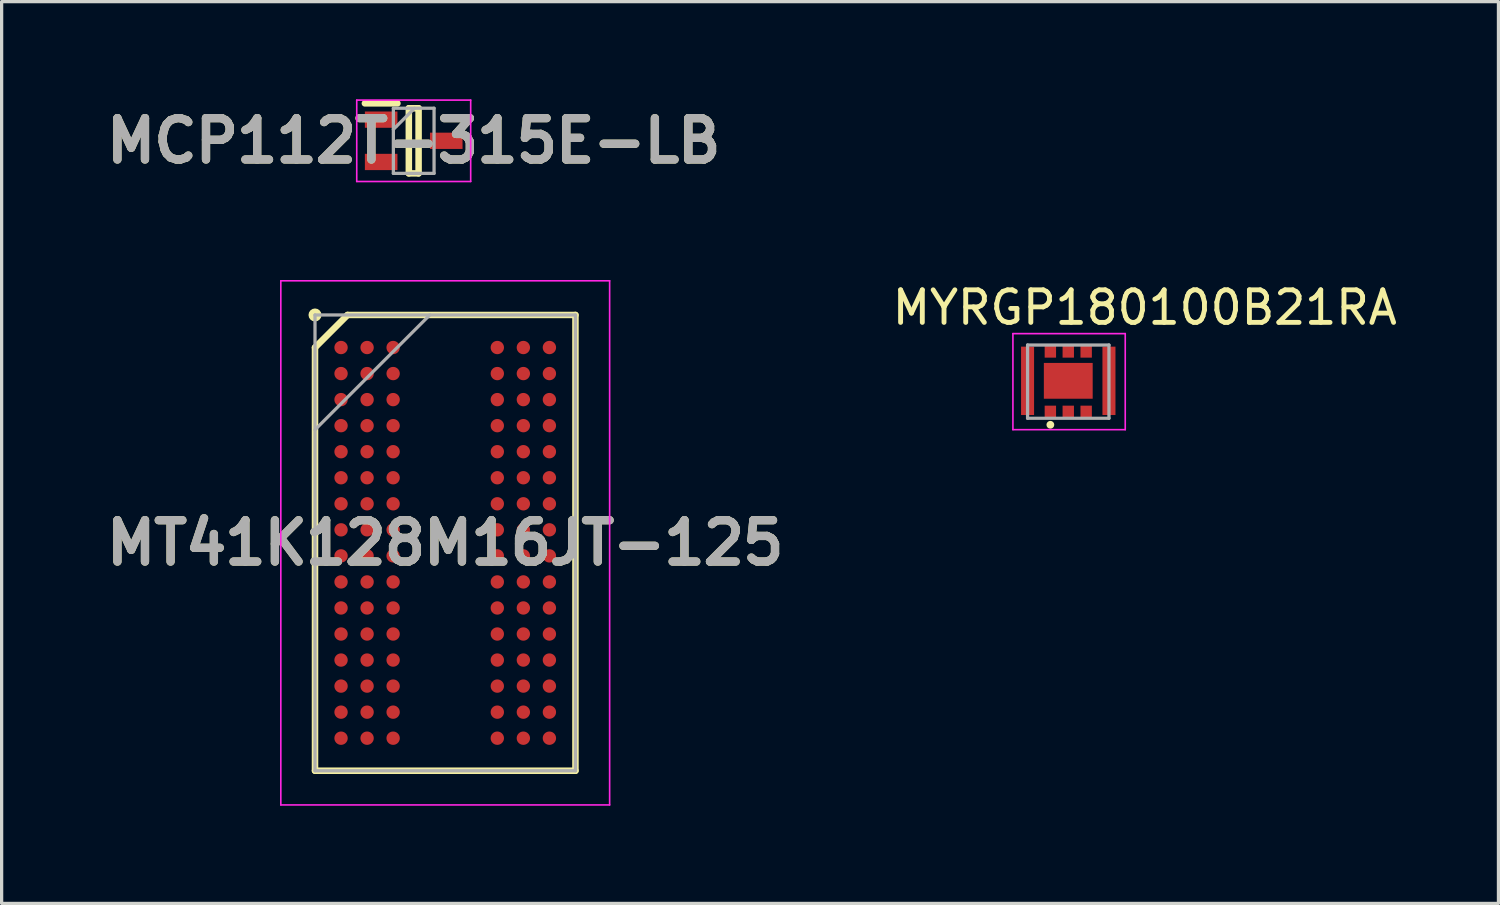
<source format=kicad_pcb>
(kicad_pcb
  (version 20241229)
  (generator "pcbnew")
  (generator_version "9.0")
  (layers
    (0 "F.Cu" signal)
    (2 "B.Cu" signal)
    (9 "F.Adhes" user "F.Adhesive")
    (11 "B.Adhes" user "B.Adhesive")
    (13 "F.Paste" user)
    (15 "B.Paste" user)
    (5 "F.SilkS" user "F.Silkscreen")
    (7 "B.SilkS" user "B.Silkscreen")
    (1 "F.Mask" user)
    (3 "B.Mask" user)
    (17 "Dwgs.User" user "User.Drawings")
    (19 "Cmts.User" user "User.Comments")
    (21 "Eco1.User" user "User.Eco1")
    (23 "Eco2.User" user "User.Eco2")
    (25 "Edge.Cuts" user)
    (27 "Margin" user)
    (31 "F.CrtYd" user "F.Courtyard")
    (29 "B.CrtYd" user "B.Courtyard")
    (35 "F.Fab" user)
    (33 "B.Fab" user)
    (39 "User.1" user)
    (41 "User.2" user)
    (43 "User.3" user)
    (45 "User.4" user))
  (footprint "MCP112T-315E-LB"
    (layer "F.Cu")
    (at 9.658 1.275)
    (property "Reference" "MCP112T-315E-LB" (at 0 0 0) (layer "F.SilkS") (effects (font (size 1.27 1.27) (thickness 0.254))))
    (attr smd)
    (fp_line (start -1.5 -1.15) (end -0.5 -1.15) (stroke (width 0.2) (type solid)) (layer "F.SilkS"))
    (fp_line (start -0.15 -1) (end 0.15 -1) (stroke (width 0.2) (type solid)) (layer "F.SilkS"))
    (fp_line (start -0.15 1) (end -0.15 -1) (stroke (width 0.2) (type solid)) (layer "F.SilkS"))
    (fp_line (start 0.15 -1) (end 0.15 1) (stroke (width 0.2) (type solid)) (layer "F.SilkS"))
    (fp_line (start 0.15 1) (end -0.15 1) (stroke (width 0.2) (type solid)) (layer "F.SilkS"))
    (fp_line (start -1.75 -1.25) (end 1.75 -1.25) (stroke (width 0.05) (type solid)) (layer "F.CrtYd"))
    (fp_line (start -1.75 1.25) (end -1.75 -1.25) (stroke (width 0.05) (type solid)) (layer "F.CrtYd"))
    (fp_line (start 1.75 -1.25) (end 1.75 1.25) (stroke (width 0.05) (type solid)) (layer "F.CrtYd"))
    (fp_line (start 1.75 1.25) (end -1.75 1.25) (stroke (width 0.05) (type solid)) (layer "F.CrtYd"))
    (fp_line (start -0.625 -1) (end 0.625 -1) (stroke (width 0.1) (type solid)) (layer "F.Fab"))
    (fp_line (start -0.625 -0.35) (end 0.025 -1) (stroke (width 0.1) (type solid)) (layer "F.Fab"))
    (fp_line (start -0.625 1) (end -0.625 -1) (stroke (width 0.1) (type solid)) (layer "F.Fab"))
    (fp_line (start 0.625 -1) (end 0.625 1) (stroke (width 0.1) (type solid)) (layer "F.Fab"))
    (fp_line (start 0.625 1) (end -0.625 1) (stroke (width 0.1) (type solid)) (layer "F.Fab"))
    (fp_text user "${REFERENCE}" (at 0 0 0) (layer "F.Fab") (effects (font (size 1.27 1.27) (thickness 0.254))))
    (pad "1" smd rect (at -1 -0.65 90) (size 0.5 1) (layers "F.Cu" "F.Mask" "F.Paste"))
    (pad "2" smd rect (at -1 0.65 90) (size 0.5 1) (layers "F.Cu" "F.Mask" "F.Paste"))
    (pad "3" smd rect (at 1 0 90) (size 0.5 1) (layers "F.Cu" "F.Mask" "F.Paste")))
  (footprint "MYRGP180100B21RA"
    (layer "F.Cu")
    (at 29.714 8.648)
    (property "Reference" "MYRGP180100B21RA" (at 2.4 -2.25 0) (layer "F.SilkS") (effects (font (size 1 1) (thickness 0.15))))
    (attr through_hole)
    (fp_circle (center -0.5 1.35) (end -0.5 1.35) (stroke (width 0.12) (type solid)) (fill no) (layer "F.SilkS"))
    (fp_line (start -1.65 -1.45) (end -1.65 1.5) (stroke (width 0.05) (type solid)) (layer "F.CrtYd"))
    (fp_line (start -1.65 1.5) (end 1.8 1.5) (stroke (width 0.05) (type solid)) (layer "F.CrtYd"))
    (fp_line (start 1.8 -1.45) (end -1.65 -1.45) (stroke (width 0.05) (type solid)) (layer "F.CrtYd"))
    (fp_line (start 1.8 1.5) (end 1.8 -1.45) (stroke (width 0.05) (type solid)) (layer "F.CrtYd"))
    (fp_line (start -1.2 -1.1) (end -1.2 1.15) (stroke (width 0.1) (type solid)) (layer "F.Fab"))
    (fp_line (start -1.2 1.15) (end 1.3 1.15) (stroke (width 0.1) (type solid)) (layer "F.Fab"))
    (fp_line (start 1.3 -1.1) (end -1.2 -1.1) (stroke (width 0.1) (type solid)) (layer "F.Fab"))
    (fp_line (start 1.3 1.15) (end 1.3 -1.1) (stroke (width 0.1) (type solid)) (layer "F.Fab"))
    (pad "1" smd rect (at -0.5 0.95) (size 0.35 0.375) (layers "F.Cu" "F.Mask" "F.Paste"))
    (pad "2" smd rect (at 0.05 0.95) (size 0.35 0.375) (layers "F.Cu" "F.Mask" "F.Paste"))
    (pad "3" smd rect (at 0.6 0.95) (size 0.35 0.375) (layers "F.Cu" "F.Mask" "F.Paste"))
    (pad "4" smd rect (at 0.6 -0.9) (size 0.35 0.375) (layers "F.Cu" "F.Mask" "F.Paste"))
    (pad "5" smd rect (at 0.05 -0.9) (size 0.35 0.375) (layers "F.Cu" "F.Mask" "F.Paste"))
    (pad "6" smd rect (at -0.5 -0.9) (size 0.35 0.375) (layers "F.Cu" "F.Mask" "F.Paste"))
    (pad "7" smd rect (at -1.2 0) (size 0.4 2.1) (layers "F.Cu" "F.Mask" "F.Paste"))
    (pad "8" smd rect (at 1.3 0) (size 0.4 2.1) (layers "F.Cu" "F.Mask" "F.Paste"))
    (pad "9" smd rect (at 0.05 0) (size 1.5 1.1) (layers "F.Cu" "F.Mask" "F.Paste")))
  (footprint "MT41K128M16JT-125"
    (layer "F.Cu")
    (at 10.626 13.625)
    (property "Reference" "MT41K128M16JT-125" (at 0 0 0) (layer "F.SilkS") (effects (font (size 1.27 1.27) (thickness 0.254))))
    (attr smd)
    (fp_line (start -4 -6) (end -3 -7) (stroke (width 0.2) (type solid)) (layer "F.SilkS"))
    (fp_line (start -4 7) (end -4 -6) (stroke (width 0.2) (type solid)) (layer "F.SilkS"))
    (fp_line (start -3 -7) (end 4 -7) (stroke (width 0.2) (type solid)) (layer "F.SilkS"))
    (fp_line (start 4 -7) (end 4 7) (stroke (width 0.2) (type solid)) (layer "F.SilkS"))
    (fp_line (start 4 7) (end -4 7) (stroke (width 0.2) (type solid)) (layer "F.SilkS"))
    (fp_circle (center -4 -7) (end -4 -6.9) (stroke (width 0.2) (type solid)) (fill no) (layer "F.SilkS"))
    (fp_line (start -5.05 -8.05) (end 5.05 -8.05) (stroke (width 0.05) (type solid)) (layer "F.CrtYd"))
    (fp_line (start -5.05 8.05) (end -5.05 -8.05) (stroke (width 0.05) (type solid)) (layer "F.CrtYd"))
    (fp_line (start 5.05 -8.05) (end 5.05 8.05) (stroke (width 0.05) (type solid)) (layer "F.CrtYd"))
    (fp_line (start 5.05 8.05) (end -5.05 8.05) (stroke (width 0.05) (type solid)) (layer "F.CrtYd"))
    (fp_line (start -4 -7) (end 4 -7) (stroke (width 0.1) (type solid)) (layer "F.Fab"))
    (fp_line (start -4 -3.475) (end -0.475 -7) (stroke (width 0.1) (type solid)) (layer "F.Fab"))
    (fp_line (start -4 7) (end -4 -7) (stroke (width 0.1) (type solid)) (layer "F.Fab"))
    (fp_line (start 4 -7) (end 4 7) (stroke (width 0.1) (type solid)) (layer "F.Fab"))
    (fp_line (start 4 7) (end -4 7) (stroke (width 0.1) (type solid)) (layer "F.Fab"))
    (fp_text user "${REFERENCE}" (at 0 0 0) (layer "F.Fab") (effects (font (size 1.27 1.27) (thickness 0.254))))
    (pad "A1" smd circle (at -3.2 -6 90) (size 0.41 0.41) (layers "F.Cu" "F.Mask" "F.Paste"))
    (pad "A2" smd circle (at -2.4 -6 90) (size 0.41 0.41) (layers "F.Cu" "F.Mask" "F.Paste"))
    (pad "A3" smd circle (at -1.6 -6 90) (size 0.41 0.41) (layers "F.Cu" "F.Mask" "F.Paste"))
    (pad "A7" smd circle (at 1.6 -6 90) (size 0.41 0.41) (layers "F.Cu" "F.Mask" "F.Paste"))
    (pad "A8" smd circle (at 2.4 -6 90) (size 0.41 0.41) (layers "F.Cu" "F.Mask" "F.Paste"))
    (pad "A9" smd circle (at 3.2 -6 90) (size 0.41 0.41) (layers "F.Cu" "F.Mask" "F.Paste"))
    (pad "B1" smd circle (at -3.2 -5.2 90) (size 0.41 0.41) (layers "F.Cu" "F.Mask" "F.Paste"))
    (pad "B2" smd circle (at -2.4 -5.2 90) (size 0.41 0.41) (layers "F.Cu" "F.Mask" "F.Paste"))
    (pad "B3" smd circle (at -1.6 -5.2 90) (size 0.41 0.41) (layers "F.Cu" "F.Mask" "F.Paste"))
    (pad "B7" smd circle (at 1.6 -5.2 90) (size 0.41 0.41) (layers "F.Cu" "F.Mask" "F.Paste"))
    (pad "B8" smd circle (at 2.4 -5.2 90) (size 0.41 0.41) (layers "F.Cu" "F.Mask" "F.Paste"))
    (pad "B9" smd circle (at 3.2 -5.2 90) (size 0.41 0.41) (layers "F.Cu" "F.Mask" "F.Paste"))
    (pad "C1" smd circle (at -3.2 -4.4 90) (size 0.41 0.41) (layers "F.Cu" "F.Mask" "F.Paste"))
    (pad "C2" smd circle (at -2.4 -4.4 90) (size 0.41 0.41) (layers "F.Cu" "F.Mask" "F.Paste"))
    (pad "C3" smd circle (at -1.6 -4.4 90) (size 0.41 0.41) (layers "F.Cu" "F.Mask" "F.Paste"))
    (pad "C7" smd circle (at 1.6 -4.4 90) (size 0.41 0.41) (layers "F.Cu" "F.Mask" "F.Paste"))
    (pad "C8" smd circle (at 2.4 -4.4 90) (size 0.41 0.41) (layers "F.Cu" "F.Mask" "F.Paste"))
    (pad "C9" smd circle (at 3.2 -4.4 90) (size 0.41 0.41) (layers "F.Cu" "F.Mask" "F.Paste"))
    (pad "D1" smd circle (at -3.2 -3.6 90) (size 0.41 0.41) (layers "F.Cu" "F.Mask" "F.Paste"))
    (pad "D2" smd circle (at -2.4 -3.6 90) (size 0.41 0.41) (layers "F.Cu" "F.Mask" "F.Paste"))
    (pad "D3" smd circle (at -1.6 -3.6 90) (size 0.41 0.41) (layers "F.Cu" "F.Mask" "F.Paste"))
    (pad "D7" smd circle (at 1.6 -3.6 90) (size 0.41 0.41) (layers "F.Cu" "F.Mask" "F.Paste"))
    (pad "D8" smd circle (at 2.4 -3.6 90) (size 0.41 0.41) (layers "F.Cu" "F.Mask" "F.Paste"))
    (pad "D9" smd circle (at 3.2 -3.6 90) (size 0.41 0.41) (layers "F.Cu" "F.Mask" "F.Paste"))
    (pad "E1" smd circle (at -3.2 -2.8 90) (size 0.41 0.41) (layers "F.Cu" "F.Mask" "F.Paste"))
    (pad "E2" smd circle (at -2.4 -2.8 90) (size 0.41 0.41) (layers "F.Cu" "F.Mask" "F.Paste"))
    (pad "E3" smd circle (at -1.6 -2.8 90) (size 0.41 0.41) (layers "F.Cu" "F.Mask" "F.Paste"))
    (pad "E7" smd circle (at 1.6 -2.8 90) (size 0.41 0.41) (layers "F.Cu" "F.Mask" "F.Paste"))
    (pad "E8" smd circle (at 2.4 -2.8 90) (size 0.41 0.41) (layers "F.Cu" "F.Mask" "F.Paste"))
    (pad "E9" smd circle (at 3.2 -2.8 90) (size 0.41 0.41) (layers "F.Cu" "F.Mask" "F.Paste"))
    (pad "F1" smd circle (at -3.2 -2 90) (size 0.41 0.41) (layers "F.Cu" "F.Mask" "F.Paste"))
    (pad "F2" smd circle (at -2.4 -2 90) (size 0.41 0.41) (layers "F.Cu" "F.Mask" "F.Paste"))
    (pad "F3" smd circle (at -1.6 -2 90) (size 0.41 0.41) (layers "F.Cu" "F.Mask" "F.Paste"))
    (pad "F7" smd circle (at 1.6 -2 90) (size 0.41 0.41) (layers "F.Cu" "F.Mask" "F.Paste"))
    (pad "F8" smd circle (at 2.4 -2 90) (size 0.41 0.41) (layers "F.Cu" "F.Mask" "F.Paste"))
    (pad "F9" smd circle (at 3.2 -2 90) (size 0.41 0.41) (layers "F.Cu" "F.Mask" "F.Paste"))
    (pad "G1" smd circle (at -3.2 -1.2 90) (size 0.41 0.41) (layers "F.Cu" "F.Mask" "F.Paste"))
    (pad "G2" smd circle (at -2.4 -1.2 90) (size 0.41 0.41) (layers "F.Cu" "F.Mask" "F.Paste"))
    (pad "G3" smd circle (at -1.6 -1.2 90) (size 0.41 0.41) (layers "F.Cu" "F.Mask" "F.Paste"))
    (pad "G7" smd circle (at 1.6 -1.2 90) (size 0.41 0.41) (layers "F.Cu" "F.Mask" "F.Paste"))
    (pad "G8" smd circle (at 2.4 -1.2 90) (size 0.41 0.41) (layers "F.Cu" "F.Mask" "F.Paste"))
    (pad "G9" smd circle (at 3.2 -1.2 90) (size 0.41 0.41) (layers "F.Cu" "F.Mask" "F.Paste"))
    (pad "H1" smd circle (at -3.2 -0.4 90) (size 0.41 0.41) (layers "F.Cu" "F.Mask" "F.Paste"))
    (pad "H2" smd circle (at -2.4 -0.4 90) (size 0.41 0.41) (layers "F.Cu" "F.Mask" "F.Paste"))
    (pad "H3" smd circle (at -1.6 -0.4 90) (size 0.41 0.41) (layers "F.Cu" "F.Mask" "F.Paste"))
    (pad "H7" smd circle (at 1.6 -0.4 90) (size 0.41 0.41) (layers "F.Cu" "F.Mask" "F.Paste"))
    (pad "H8" smd circle (at 2.4 -0.4 90) (size 0.41 0.41) (layers "F.Cu" "F.Mask" "F.Paste"))
    (pad "H9" smd circle (at 3.2 -0.4 90) (size 0.41 0.41) (layers "F.Cu" "F.Mask" "F.Paste"))
    (pad "J1" smd circle (at -3.2 0.4 90) (size 0.41 0.41) (layers "F.Cu" "F.Mask" "F.Paste"))
    (pad "J2" smd circle (at -2.4 0.4 90) (size 0.41 0.41) (layers "F.Cu" "F.Mask" "F.Paste"))
    (pad "J3" smd circle (at -1.6 0.4 90) (size 0.41 0.41) (layers "F.Cu" "F.Mask" "F.Paste"))
    (pad "J7" smd circle (at 1.6 0.4 90) (size 0.41 0.41) (layers "F.Cu" "F.Mask" "F.Paste"))
    (pad "J8" smd circle (at 2.4 0.4 90) (size 0.41 0.41) (layers "F.Cu" "F.Mask" "F.Paste"))
    (pad "J9" smd circle (at 3.2 0.4 90) (size 0.41 0.41) (layers "F.Cu" "F.Mask" "F.Paste"))
    (pad "K1" smd circle (at -3.2 1.2 90) (size 0.41 0.41) (layers "F.Cu" "F.Mask" "F.Paste"))
    (pad "K2" smd circle (at -2.4 1.2 90) (size 0.41 0.41) (layers "F.Cu" "F.Mask" "F.Paste"))
    (pad "K3" smd circle (at -1.6 1.2 90) (size 0.41 0.41) (layers "F.Cu" "F.Mask" "F.Paste"))
    (pad "K7" smd circle (at 1.6 1.2 90) (size 0.41 0.41) (layers "F.Cu" "F.Mask" "F.Paste"))
    (pad "K8" smd circle (at 2.4 1.2 90) (size 0.41 0.41) (layers "F.Cu" "F.Mask" "F.Paste"))
    (pad "K9" smd circle (at 3.2 1.2 90) (size 0.41 0.41) (layers "F.Cu" "F.Mask" "F.Paste"))
    (pad "L1" smd circle (at -3.2 2 90) (size 0.41 0.41) (layers "F.Cu" "F.Mask" "F.Paste"))
    (pad "L2" smd circle (at -2.4 2 90) (size 0.41 0.41) (layers "F.Cu" "F.Mask" "F.Paste"))
    (pad "L3" smd circle (at -1.6 2 90) (size 0.41 0.41) (layers "F.Cu" "F.Mask" "F.Paste"))
    (pad "L7" smd circle (at 1.6 2 90) (size 0.41 0.41) (layers "F.Cu" "F.Mask" "F.Paste"))
    (pad "L8" smd circle (at 2.4 2 90) (size 0.41 0.41) (layers "F.Cu" "F.Mask" "F.Paste"))
    (pad "L9" smd circle (at 3.2 2 90) (size 0.41 0.41) (layers "F.Cu" "F.Mask" "F.Paste"))
    (pad "M1" smd circle (at -3.2 2.8 90) (size 0.41 0.41) (layers "F.Cu" "F.Mask" "F.Paste"))
    (pad "M2" smd circle (at -2.4 2.8 90) (size 0.41 0.41) (layers "F.Cu" "F.Mask" "F.Paste"))
    (pad "M3" smd circle (at -1.6 2.8 90) (size 0.41 0.41) (layers "F.Cu" "F.Mask" "F.Paste"))
    (pad "M7" smd circle (at 1.6 2.8 90) (size 0.41 0.41) (layers "F.Cu" "F.Mask" "F.Paste"))
    (pad "M8" smd circle (at 2.4 2.8 90) (size 0.41 0.41) (layers "F.Cu" "F.Mask" "F.Paste"))
    (pad "M9" smd circle (at 3.2 2.8 90) (size 0.41 0.41) (layers "F.Cu" "F.Mask" "F.Paste"))
    (pad "N1" smd circle (at -3.2 3.6 90) (size 0.41 0.41) (layers "F.Cu" "F.Mask" "F.Paste"))
    (pad "N2" smd circle (at -2.4 3.6 90) (size 0.41 0.41) (layers "F.Cu" "F.Mask" "F.Paste"))
    (pad "N3" smd circle (at -1.6 3.6 90) (size 0.41 0.41) (layers "F.Cu" "F.Mask" "F.Paste"))
    (pad "N7" smd circle (at 1.6 3.6 90) (size 0.41 0.41) (layers "F.Cu" "F.Mask" "F.Paste"))
    (pad "N8" smd circle (at 2.4 3.6 90) (size 0.41 0.41) (layers "F.Cu" "F.Mask" "F.Paste"))
    (pad "N9" smd circle (at 3.2 3.6 90) (size 0.41 0.41) (layers "F.Cu" "F.Mask" "F.Paste"))
    (pad "P1" smd circle (at -3.2 4.4 90) (size 0.41 0.41) (layers "F.Cu" "F.Mask" "F.Paste"))
    (pad "P2" smd circle (at -2.4 4.4 90) (size 0.41 0.41) (layers "F.Cu" "F.Mask" "F.Paste"))
    (pad "P3" smd circle (at -1.6 4.4 90) (size 0.41 0.41) (layers "F.Cu" "F.Mask" "F.Paste"))
    (pad "P7" smd circle (at 1.6 4.4 90) (size 0.41 0.41) (layers "F.Cu" "F.Mask" "F.Paste"))
    (pad "P8" smd circle (at 2.4 4.4 90) (size 0.41 0.41) (layers "F.Cu" "F.Mask" "F.Paste"))
    (pad "P9" smd circle (at 3.2 4.4 90) (size 0.41 0.41) (layers "F.Cu" "F.Mask" "F.Paste"))
    (pad "R1" smd circle (at -3.2 5.2 90) (size 0.41 0.41) (layers "F.Cu" "F.Mask" "F.Paste"))
    (pad "R2" smd circle (at -2.4 5.2 90) (size 0.41 0.41) (layers "F.Cu" "F.Mask" "F.Paste"))
    (pad "R3" smd circle (at -1.6 5.2 90) (size 0.41 0.41) (layers "F.Cu" "F.Mask" "F.Paste"))
    (pad "R7" smd circle (at 1.6 5.2 90) (size 0.41 0.41) (layers "F.Cu" "F.Mask" "F.Paste"))
    (pad "R8" smd circle (at 2.4 5.2 90) (size 0.41 0.41) (layers "F.Cu" "F.Mask" "F.Paste"))
    (pad "R9" smd circle (at 3.2 5.2 90) (size 0.41 0.41) (layers "F.Cu" "F.Mask" "F.Paste"))
    (pad "T1" smd circle (at -3.2 6 90) (size 0.41 0.41) (layers "F.Cu" "F.Mask" "F.Paste"))
    (pad "T2" smd circle (at -2.4 6 90) (size 0.41 0.41) (layers "F.Cu" "F.Mask" "F.Paste"))
    (pad "T3" smd circle (at -1.6 6 90) (size 0.41 0.41) (layers "F.Cu" "F.Mask" "F.Paste"))
    (pad "T7" smd circle (at 1.6 6 90) (size 0.41 0.41) (layers "F.Cu" "F.Mask" "F.Paste"))
    (pad "T8" smd circle (at 2.4 6 90) (size 0.41 0.41) (layers "F.Cu" "F.Mask" "F.Paste"))
    (pad "T9" smd circle (at 3.2 6 90) (size 0.41 0.41) (layers "F.Cu" "F.Mask" "F.Paste")))
  (gr_rect
    (start -3 -3)
    (end 42.978 24.7)
    (stroke (width 0.1) (type default))
    (fill no)
    (layer "Edge.Cuts")))
</source>
